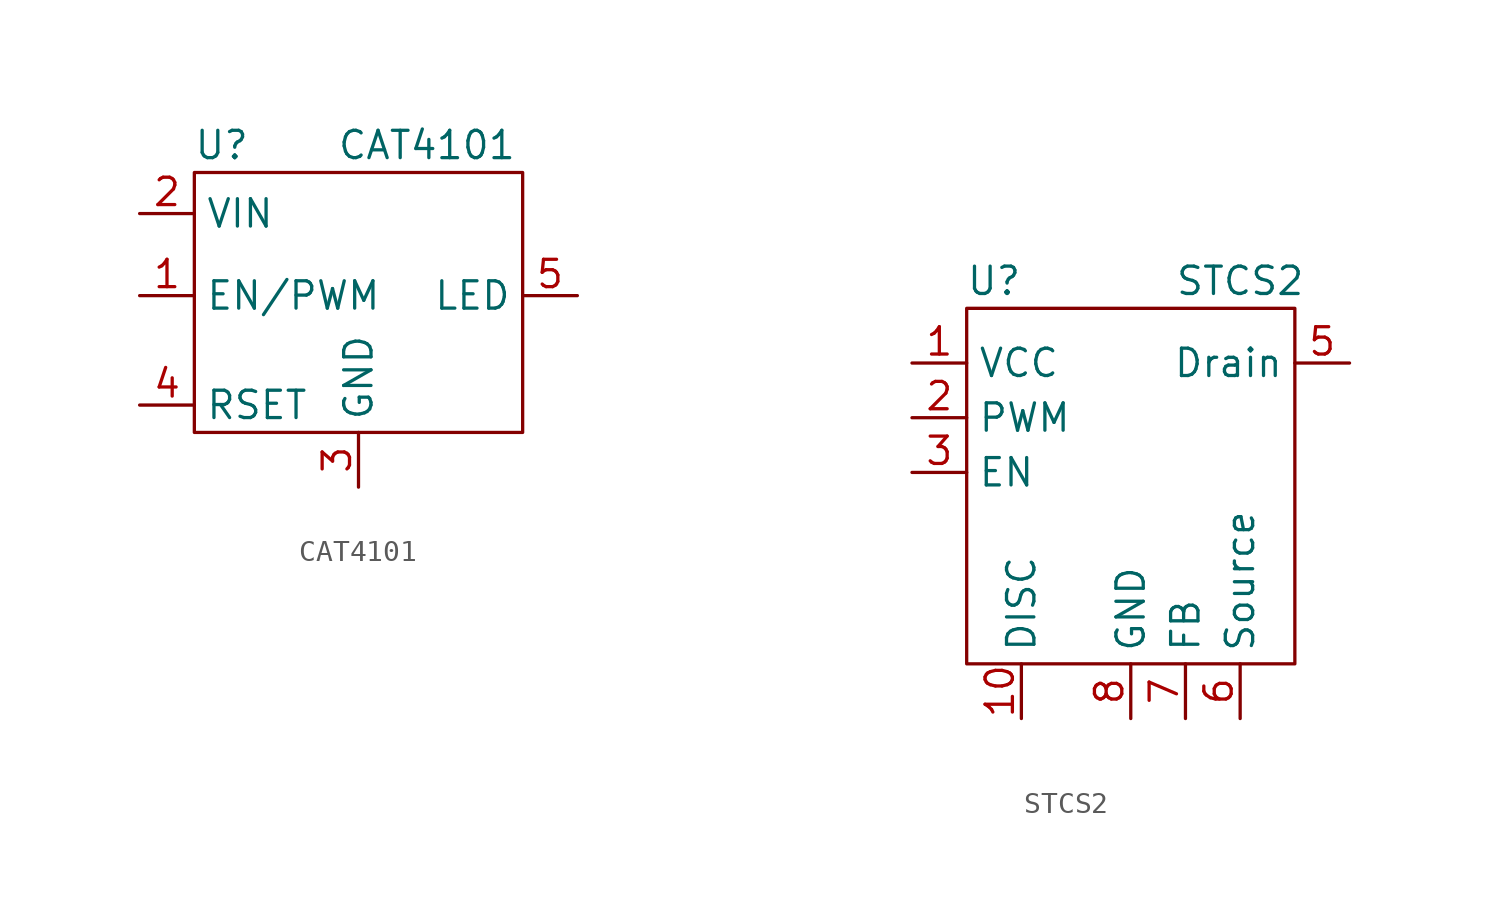
<source format=kicad_sym>
(kicad_symbol_lib
  (version 20220914)
  (generator kicad_symbol_editor)
  (symbol "CAT4101"
    (property "Reference" "U"
      (at -6.35 3.175 0)
      (effects (font (size 1.27 1.27))))
    (property "Value" "CAT4101"
      (at 3.175 3.175 0)
      (effects (font (size 1.27 1.27))))
    (symbol "CAT4101_0_1"
      (rectangle (start -7.62 1.905) (end 7.62 -10.16) (stroke (width 0) (type default)) (fill (type none))))
    (symbol "CAT4101_1_1"
      (pin input line (at -10.16 -3.81 0) (length 2.54) (name "EN/PWM" (effects (font (size 1.27 1.27)))) (number "1" (effects (font (size 1.27 1.27)))))
      (pin power_in line (at -10.16 0 0) (length 2.54) (name "VIN" (effects (font (size 1.27 1.27)))) (number "2" (effects (font (size 1.27 1.27)))))
      (pin power_in line (at 0 -12.7 90) (length 2.54) (name "GND" (effects (font (size 1.27 1.27)))) (number "3" (effects (font (size 1.27 1.27)))))
      (pin output line (at -10.16 -8.89 0) (length 2.54) (name "RSET" (effects (font (size 1.27 1.27)))) (number "4" (effects (font (size 1.27 1.27)))))
      (pin output line (at 10.16 -3.81 180) (length 2.54) (name "LED" (effects (font (size 1.27 1.27)))) (number "5" (effects (font (size 1.27 1.27)))))))
  (symbol "STCS2"
    (property "Reference" "U"
      (at -6.35 1.27 0)
      (effects (font (size 1.27 1.27))))
    (property "Value" "STCS2"
      (at 5.08 1.27 0)
      (effects (font (size 1.27 1.27))))
    (symbol "STCS2_0_1"
      (rectangle (start -7.62 0) (end 7.62 -16.51) (stroke (width 0) (type default)) (fill (type none))))
    (symbol "STCS2_1_1"
      (pin input line (at -10.16 -2.54 0) (length 2.54) (name "VCC" (effects (font (size 1.27 1.27)))) (number "1" (effects (font (size 1.27 1.27)))))
      (pin open_collector line (at -5.08 -19.05 90) (length 2.54) (name "DISC" (effects (font (size 1.27 1.27)))) (number "10" (effects (font (size 1.27 1.27)))))
      (pin input line (at -10.16 -5.08 0) (length 2.54) (name "PWM" (effects (font (size 1.27 1.27)))) (number "2" (effects (font (size 1.27 1.27)))))
      (pin input line (at -10.16 -7.62 0) (length 2.54) (name "EN" (effects (font (size 1.27 1.27)))) (number "3" (effects (font (size 1.27 1.27)))))
      (pin no_connect line (at -16.51 5.08 0) (length 2.54) hide (name "N.C" (effects (font (size 1.27 1.27)))) (number "4" (effects (font (size 1.27 1.27)))))
      (pin input line (at 10.16 -2.54 180) (length 2.54) (name "Drain" (effects (font (size 1.27 1.27)))) (number "5" (effects (font (size 1.27 1.27)))))
      (pin output line (at 5.08 -19.05 90) (length 2.54) (name "Source" (effects (font (size 1.27 1.27)))) (number "6" (effects (font (size 1.27 1.27)))))
      (pin input line (at 2.54 -19.05 90) (length 2.54) (name "FB" (effects (font (size 1.27 1.27)))) (number "7" (effects (font (size 1.27 1.27)))))
      (pin input line (at 0 -19.05 90) (length 2.54) (name "GND" (effects (font (size 1.27 1.27)))) (number "8" (effects (font (size 1.27 1.27)))))
      (pin no_connect line (at -16.51 7.62 0) (length 2.54) hide (name "N.C" (effects (font (size 1.27 1.27)))) (number "9" (effects (font (size 1.27 1.27))))))))
</source>
